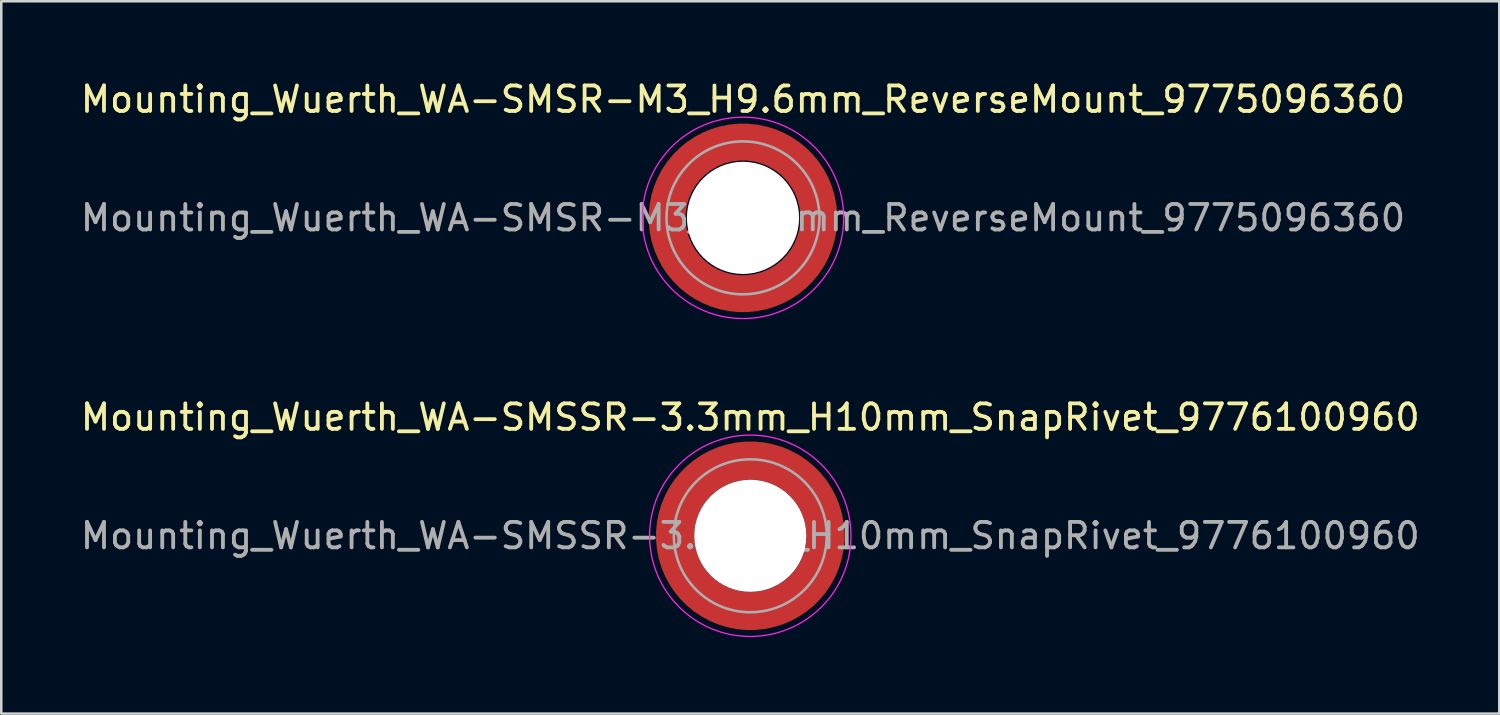
<source format=kicad_pcb>
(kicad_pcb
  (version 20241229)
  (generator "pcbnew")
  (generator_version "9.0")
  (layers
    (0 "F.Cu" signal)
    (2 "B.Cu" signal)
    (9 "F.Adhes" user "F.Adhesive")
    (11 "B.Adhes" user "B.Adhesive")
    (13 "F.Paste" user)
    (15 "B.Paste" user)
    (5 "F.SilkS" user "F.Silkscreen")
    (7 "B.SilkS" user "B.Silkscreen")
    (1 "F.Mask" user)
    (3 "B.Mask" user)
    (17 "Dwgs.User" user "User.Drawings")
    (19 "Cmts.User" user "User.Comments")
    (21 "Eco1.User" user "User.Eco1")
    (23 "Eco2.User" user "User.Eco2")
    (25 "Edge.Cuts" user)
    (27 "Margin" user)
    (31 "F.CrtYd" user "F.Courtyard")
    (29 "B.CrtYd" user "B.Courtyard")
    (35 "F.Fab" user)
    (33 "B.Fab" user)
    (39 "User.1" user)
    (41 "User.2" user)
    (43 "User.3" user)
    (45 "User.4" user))
  (footprint "Mounting_Wuerth_WA-SMSSR-3.3mm_H10mm_SnapRivet_9776100960"
    (layer "F.Cu")
    (at 26.387 17.971)
    (property "Reference" "Mounting_Wuerth_WA-SMSSR-3.3mm_H10mm_SnapRivet_9776100960" (at 0 -4.65 0) (layer "F.SilkS") (effects (font (size 1 1) (thickness 0.15))))
    (attr smd allow_soldermask_bridges)
    (fp_circle (center 0 0) (end 3.95 0) (stroke (width 0.05) (type solid)) (fill no) (layer "F.CrtYd"))
    (fp_circle (center 0 0) (end 3 0) (stroke (width 0.1) (type solid)) (fill no) (layer "F.Fab"))
    (fp_text user "${REFERENCE}" (at 0 0 0) (layer "F.Fab") (effects (font (size 1 1) (thickness 0.15))))
    (pad "" smd custom (at -2.077 -2.077) (size 0.698 0.698) (layers "F.Paste") (options (anchor circle)) (primitives (gr_arc (start -0.208831 1.577126) (mid 0.422496 0.422496) (end 1.577126 -0.208831) (width 0.2)) (gr_arc (start -0.310669 1.577126) (mid 0.35208 0.35208) (end 1.577126 -0.310669) (width 0.2)) (gr_arc (start -0.412325 1.577126) (mid 0.281664 0.281664) (end 1.577126 -0.412325) (width 0.2)) (gr_arc (start -0.51382 1.577126) (mid 0.211248 0.211248) (end 1.577126 -0.51382) (width 0.2)) (gr_arc (start -0.615172 1.577126) (mid 0.140832 0.140832) (end 1.577126 -0.615172) (width 0.2)) (gr_arc (start -0.716397 1.577126) (mid 0.070416 0.070416) (end 1.577126 -0.716397) (width 0.2)) (gr_arc (start -0.817508 1.577126) (mid 0 0) (end 1.577126 -0.817508) (width 0.2)) (gr_arc (start -0.918517 1.577126) (mid -0.070416 -0.070416) (end 1.577126 -0.918517) (width 0.2)) (gr_arc (start -1.019433 1.577126) (mid -0.140832 -0.140832) (end 1.577126 -1.019433) (width 0.2)) (gr_arc (start -1.120266 1.577126) (mid -0.211248 -0.211248) (end 1.577126 -1.120266) (width 0.2)) (gr_arc (start -1.221022 1.577126) (mid -0.281664 -0.281664) (end 1.577126 -1.221022) (width 0.2)) (gr_arc (start -1.32171 1.577126) (mid -0.35208 -0.35208) (end 1.577126 -1.32171) (width 0.2)) (gr_arc (start -1.422335 1.577126) (mid -0.422496 -0.422496) (end 1.577126 -1.422335) (width 0.2)) (gr_line (start 1.577 -0.209) (end 1.577 -1.422) (width 0.2)) (gr_line (start -0.209 1.577) (end -1.422 1.577) (width 0.2))))
    (pad "" smd custom (at -2.077 2.077) (size 0.698 0.698) (layers "F.Paste") (options (anchor circle)) (primitives (gr_arc (start 1.577126 0.208831) (mid 0.422496 -0.422496) (end -0.208831 -1.577126) (width 0.2)) (gr_arc (start 1.577126 0.310669) (mid 0.35208 -0.35208) (end -0.310669 -1.577126) (width 0.2)) (gr_arc (start 1.577126 0.412325) (mid 0.281664 -0.281664) (end -0.412325 -1.577126) (width 0.2)) (gr_arc (start 1.577126 0.51382) (mid 0.211248 -0.211248) (end -0.51382 -1.577126) (width 0.2)) (gr_arc (start 1.577126 0.615172) (mid 0.140832 -0.140832) (end -0.615172 -1.577126) (width 0.2)) (gr_arc (start 1.577126 0.716397) (mid 0.070416 -0.070416) (end -0.716397 -1.577126) (width 0.2)) (gr_arc (start 1.577126 0.817508) (mid 0 0) (end -0.817508 -1.577126) (width 0.2)) (gr_arc (start 1.577126 0.918517) (mid -0.070416 0.070416) (end -0.918517 -1.577126) (width 0.2)) (gr_arc (start 1.577126 1.019433) (mid -0.140832 0.140832) (end -1.019433 -1.577126) (width 0.2)) (gr_arc (start 1.577126 1.120266) (mid -0.211248 0.211248) (end -1.120266 -1.577126) (width 0.2)) (gr_arc (start 1.577126 1.221022) (mid -0.281664 0.281664) (end -1.221022 -1.577126) (width 0.2)) (gr_arc (start 1.577126 1.32171) (mid -0.35208 0.35208) (end -1.32171 -1.577126) (width 0.2)) (gr_arc (start 1.577126 1.422335) (mid -0.422496 0.422496) (end -1.422335 -1.577126) (width 0.2)) (gr_line (start -0.209 -1.577) (end -1.422 -1.577) (width 0.2)) (gr_line (start 1.577 0.209) (end 1.577 1.422) (width 0.2))))
    (pad "" np_thru_hole circle (at 0 0) (size 4.4 4.4) (drill 4.4) (layers "*.Cu" "*.Mask"))
    (pad "" smd custom (at 2.077 -2.077) (size 0.698 0.698) (layers "F.Paste") (options (anchor circle)) (primitives (gr_arc (start -1.577126 -0.208831) (mid -0.422496 0.422496) (end 0.208831 1.577126) (width 0.2)) (gr_arc (start -1.577126 -0.310669) (mid -0.35208 0.35208) (end 0.310669 1.577126) (width 0.2)) (gr_arc (start -1.577126 -0.412325) (mid -0.281664 0.281664) (end 0.412325 1.577126) (width 0.2)) (gr_arc (start -1.577126 -0.51382) (mid -0.211248 0.211248) (end 0.51382 1.577126) (width 0.2)) (gr_arc (start -1.577126 -0.615172) (mid -0.140832 0.140832) (end 0.615172 1.577126) (width 0.2)) (gr_arc (start -1.577126 -0.716397) (mid -0.070416 0.070416) (end 0.716397 1.577126) (width 0.2)) (gr_arc (start -1.577126 -0.817508) (mid 0 0) (end 0.817508 1.577126) (width 0.2)) (gr_arc (start -1.577126 -0.918517) (mid 0.070416 -0.070416) (end 0.918517 1.577126) (width 0.2)) (gr_arc (start -1.577126 -1.019433) (mid 0.140832 -0.140832) (end 1.019433 1.577126) (width 0.2)) (gr_arc (start -1.577126 -1.120266) (mid 0.211248 -0.211248) (end 1.120266 1.577126) (width 0.2)) (gr_arc (start -1.577126 -1.221022) (mid 0.281664 -0.281664) (end 1.221022 1.577126) (width 0.2)) (gr_arc (start -1.577126 -1.32171) (mid 0.35208 -0.35208) (end 1.32171 1.577126) (width 0.2)) (gr_arc (start -1.577126 -1.422335) (mid 0.422496 -0.422496) (end 1.422335 1.577126) (width 0.2)) (gr_line (start 0.209 1.577) (end 1.422 1.577) (width 0.2)) (gr_line (start -1.577 -0.209) (end -1.577 -1.422) (width 0.2))))
    (pad "" smd custom (at 2.077 2.077) (size 0.698 0.698) (layers "F.Paste") (options (anchor circle)) (primitives (gr_arc (start 0.208831 -1.577126) (mid -0.422496 -0.422496) (end -1.577126 0.208831) (width 0.2)) (gr_arc (start 0.310669 -1.577126) (mid -0.35208 -0.35208) (end -1.577126 0.310669) (width 0.2)) (gr_arc (start 0.412325 -1.577126) (mid -0.281664 -0.281664) (end -1.577126 0.412325) (width 0.2)) (gr_arc (start 0.51382 -1.577126) (mid -0.211248 -0.211248) (end -1.577126 0.51382) (width 0.2)) (gr_arc (start 0.615172 -1.577126) (mid -0.140832 -0.140832) (end -1.577126 0.615172) (width 0.2)) (gr_arc (start 0.716397 -1.577126) (mid -0.070416 -0.070416) (end -1.577126 0.716397) (width 0.2)) (gr_arc (start 0.817508 -1.577126) (mid 0 0) (end -1.577126 0.817508) (width 0.2)) (gr_arc (start 0.918517 -1.577126) (mid 0.070416 0.070416) (end -1.577126 0.918517) (width 0.2)) (gr_arc (start 1.019433 -1.577126) (mid 0.140832 0.140832) (end -1.577126 1.019433) (width 0.2)) (gr_arc (start 1.120266 -1.577126) (mid 0.211248 0.211248) (end -1.577126 1.120266) (width 0.2)) (gr_arc (start 1.221022 -1.577126) (mid 0.281664 0.281664) (end -1.577126 1.221022) (width 0.2)) (gr_arc (start 1.32171 -1.577126) (mid 0.35208 0.35208) (end -1.577126 1.32171) (width 0.2)) (gr_arc (start 1.422335 -1.577126) (mid 0.422496 0.422496) (end -1.577126 1.422335) (width 0.2)) (gr_line (start -1.577 0.209) (end -1.577 1.422) (width 0.2)) (gr_line (start 0.209 -1.577) (end 1.422 -1.577) (width 0.2))))
    (pad "1" smd circle (at -2.95 0) (size 0.992 0.992) (layers "F.Cu"))
    (pad "1" smd circle (at 0 -2.95) (size 0.992 0.992) (layers "F.Cu"))
    (pad "1" smd circle (at 0 2.95) (size 0.992 0.992) (layers "F.Cu"))
    (pad "1" smd custom (at 2.95 0) (size 1.5 1.5) (layers "F.Cu" "F.Mask") (options (anchor circle)) (primitives (gr_circle (center -2.95 0) (end 0 0) (width 1.5) (fill no)))))
  (footprint "Mounting_Wuerth_WA-SMSR-M3_H9.6mm_ReverseMount_9775096360"
    (layer "F.Cu")
    (at 26.101 5.498)
    (property "Reference" "Mounting_Wuerth_WA-SMSR-M3_H9.6mm_ReverseMount_9775096360" (at 0 -4.65 0) (layer "F.SilkS") (effects (font (size 1 1) (thickness 0.15))))
    (attr smd allow_soldermask_bridges)
    (fp_circle (center 0 0) (end 3.95 0) (stroke (width 0.05) (type solid)) (fill no) (layer "F.CrtYd"))
    (fp_circle (center 0 0) (end 3 0) (stroke (width 0.1) (type solid)) (fill no) (layer "F.Fab"))
    (fp_text user "${REFERENCE}" (at 0 0 0) (layer "F.Fab") (effects (font (size 1 1) (thickness 0.15))))
    (pad "" smd custom (at -2.095 -2.095) (size 0.672 0.672) (layers "F.Paste") (options (anchor circle)) (primitives (gr_arc (start -0.24231 1.594804) (mid 0.404819 0.404819) (end 1.594804 -0.24231) (width 0.2)) (gr_arc (start -0.3398 1.594804) (mid 0.337349 0.337349) (end 1.594804 -0.3398) (width 0.2)) (gr_arc (start -0.437132 1.594804) (mid 0.269879 0.269879) (end 1.594804 -0.437132) (width 0.2)) (gr_arc (start -0.534324 1.594804) (mid 0.202409 0.202409) (end 1.594804 -0.534324) (width 0.2)) (gr_arc (start -0.631391 1.594804) (mid 0.13494 0.13494) (end 1.594804 -0.631391) (width 0.2)) (gr_arc (start -0.728345 1.594804) (mid 0.06747 0.06747) (end 1.594804 -0.728345) (width 0.2)) (gr_arc (start -0.825197 1.594804) (mid 0 0) (end 1.594804 -0.825197) (width 0.2)) (gr_arc (start -0.921958 1.594804) (mid -0.06747 -0.06747) (end 1.594804 -0.921958) (width 0.2)) (gr_arc (start -1.018637 1.594804) (mid -0.13494 -0.13494) (end 1.594804 -1.018637) (width 0.2)) (gr_arc (start -1.115239 1.594804) (mid -0.202409 -0.202409) (end 1.594804 -1.115239) (width 0.2)) (gr_arc (start -1.211773 1.594804) (mid -0.269879 -0.269879) (end 1.594804 -1.211773) (width 0.2)) (gr_arc (start -1.308244 1.594804) (mid -0.337349 -0.337349) (end 1.594804 -1.308244) (width 0.2)) (gr_arc (start -1.404657 1.594804) (mid -0.404819 -0.404819) (end 1.594804 -1.404657) (width 0.2)) (gr_arc (start -1.404657 1.594804) (mid -0.404819 -0.404819) (end 1.594804 -1.404657) (width 0.2)) (gr_line (start 1.595 -0.242) (end 1.595 -1.405) (width 0.2)) (gr_line (start -0.242 1.595) (end -1.405 1.595) (width 0.2))))
    (pad "" smd custom (at -2.095 2.095) (size 0.672 0.672) (layers "F.Paste") (options (anchor circle)) (primitives (gr_arc (start 1.594804 0.24231) (mid 0.404819 -0.404819) (end -0.24231 -1.594804) (width 0.2)) (gr_arc (start 1.594804 0.3398) (mid 0.337349 -0.337349) (end -0.3398 -1.594804) (width 0.2)) (gr_arc (start 1.594804 0.437132) (mid 0.269879 -0.269879) (end -0.437132 -1.594804) (width 0.2)) (gr_arc (start 1.594804 0.534324) (mid 0.202409 -0.202409) (end -0.534324 -1.594804) (width 0.2)) (gr_arc (start 1.594804 0.631391) (mid 0.13494 -0.13494) (end -0.631391 -1.594804) (width 0.2)) (gr_arc (start 1.594804 0.728345) (mid 0.06747 -0.06747) (end -0.728345 -1.594804) (width 0.2)) (gr_arc (start 1.594804 0.825197) (mid 0 0) (end -0.825197 -1.594804) (width 0.2)) (gr_arc (start 1.594804 0.921958) (mid -0.06747 0.06747) (end -0.921958 -1.594804) (width 0.2)) (gr_arc (start 1.594804 1.018637) (mid -0.13494 0.13494) (end -1.018637 -1.594804) (width 0.2)) (gr_arc (start 1.594804 1.115239) (mid -0.202409 0.202409) (end -1.115239 -1.594804) (width 0.2)) (gr_arc (start 1.594804 1.211773) (mid -0.269879 0.269879) (end -1.211773 -1.594804) (width 0.2)) (gr_arc (start 1.594804 1.308244) (mid -0.337349 0.337349) (end -1.308244 -1.594804) (width 0.2)) (gr_arc (start 1.594804 1.404657) (mid -0.404819 0.404819) (end -1.404657 -1.594804) (width 0.2)) (gr_arc (start 1.594804 1.404657) (mid -0.404819 0.404819) (end -1.404657 -1.594804) (width 0.2)) (gr_line (start -0.242 -1.595) (end -1.405 -1.595) (width 0.2)) (gr_line (start 1.595 0.242) (end 1.595 1.405) (width 0.2))))
    (pad "" np_thru_hole circle (at 0 0) (size 4.4 4.4) (drill 4.4) (layers "*.Cu" "*.Mask"))
    (pad "" smd custom (at 2.095 -2.095) (size 0.672 0.672) (layers "F.Paste") (options (anchor circle)) (primitives (gr_arc (start -1.594804 -0.24231) (mid -0.404819 0.404819) (end 0.24231 1.594804) (width 0.2)) (gr_arc (start -1.594804 -0.3398) (mid -0.337349 0.337349) (end 0.3398 1.594804) (width 0.2)) (gr_arc (start -1.594804 -0.437132) (mid -0.269879 0.269879) (end 0.437132 1.594804) (width 0.2)) (gr_arc (start -1.594804 -0.534324) (mid -0.202409 0.202409) (end 0.534324 1.594804) (width 0.2)) (gr_arc (start -1.594804 -0.631391) (mid -0.13494 0.13494) (end 0.631391 1.594804) (width 0.2)) (gr_arc (start -1.594804 -0.728345) (mid -0.06747 0.06747) (end 0.728345 1.594804) (width 0.2)) (gr_arc (start -1.594804 -0.825197) (mid 0 0) (end 0.825197 1.594804) (width 0.2)) (gr_arc (start -1.594804 -0.921958) (mid 0.06747 -0.06747) (end 0.921958 1.594804) (width 0.2)) (gr_arc (start -1.594804 -1.018637) (mid 0.13494 -0.13494) (end 1.018637 1.594804) (width 0.2)) (gr_arc (start -1.594804 -1.115239) (mid 0.202409 -0.202409) (end 1.115239 1.594804) (width 0.2)) (gr_arc (start -1.594804 -1.211773) (mid 0.269879 -0.269879) (end 1.211773 1.594804) (width 0.2)) (gr_arc (start -1.594804 -1.308244) (mid 0.337349 -0.337349) (end 1.308244 1.594804) (width 0.2)) (gr_arc (start -1.594804 -1.404657) (mid 0.404819 -0.404819) (end 1.404657 1.594804) (width 0.2)) (gr_arc (start -1.594804 -1.404657) (mid 0.404819 -0.404819) (end 1.404657 1.594804) (width 0.2)) (gr_line (start 0.242 1.595) (end 1.405 1.595) (width 0.2)) (gr_line (start -1.595 -0.242) (end -1.595 -1.405) (width 0.2))))
    (pad "" smd custom (at 2.095 2.095) (size 0.672 0.672) (layers "F.Paste") (options (anchor circle)) (primitives (gr_arc (start 0.24231 -1.594804) (mid -0.404819 -0.404819) (end -1.594804 0.24231) (width 0.2)) (gr_arc (start 0.3398 -1.594804) (mid -0.337349 -0.337349) (end -1.594804 0.3398) (width 0.2)) (gr_arc (start 0.437132 -1.594804) (mid -0.269879 -0.269879) (end -1.594804 0.437132) (width 0.2)) (gr_arc (start 0.534324 -1.594804) (mid -0.202409 -0.202409) (end -1.594804 0.534324) (width 0.2)) (gr_arc (start 0.631391 -1.594804) (mid -0.13494 -0.13494) (end -1.594804 0.631391) (width 0.2)) (gr_arc (start 0.728345 -1.594804) (mid -0.06747 -0.06747) (end -1.594804 0.728345) (width 0.2)) (gr_arc (start 0.825197 -1.594804) (mid 0 0) (end -1.594804 0.825197) (width 0.2)) (gr_arc (start 0.921958 -1.594804) (mid 0.06747 0.06747) (end -1.594804 0.921958) (width 0.2)) (gr_arc (start 1.018637 -1.594804) (mid 0.13494 0.13494) (end -1.594804 1.018637) (width 0.2)) (gr_arc (start 1.115239 -1.594804) (mid 0.202409 0.202409) (end -1.594804 1.115239) (width 0.2)) (gr_arc (start 1.211773 -1.594804) (mid 0.269879 0.269879) (end -1.594804 1.211773) (width 0.2)) (gr_arc (start 1.308244 -1.594804) (mid 0.337349 0.337349) (end -1.594804 1.308244) (width 0.2)) (gr_arc (start 1.404657 -1.594804) (mid 0.404819 0.404819) (end -1.594804 1.404657) (width 0.2)) (gr_arc (start 1.404657 -1.594804) (mid 0.404819 0.404819) (end -1.594804 1.404657) (width 0.2)) (gr_line (start -1.595 0.242) (end -1.595 1.405) (width 0.2)) (gr_line (start 0.242 -1.595) (end 1.405 -1.595) (width 0.2))))
    (pad "1" smd circle (at -2.975 0) (size 0.942 0.942) (layers "F.Cu"))
    (pad "1" smd circle (at 0 -2.975) (size 0.942 0.942) (layers "F.Cu"))
    (pad "1" smd circle (at 0 2.975) (size 0.942 0.942) (layers "F.Cu"))
    (pad "1" smd custom (at 2.975 0) (size 1.45 1.45) (layers "F.Cu" "F.Mask") (options (anchor circle)) (primitives (gr_circle (center -2.975 0) (end 0 0) (width 1.45) (fill no)))))
  (gr_rect
    (start -3 -3)
    (end 55.774 24.947)
    (stroke (width 0.1) (type default))
    (fill no)
    (layer "Edge.Cuts")))
</source>
